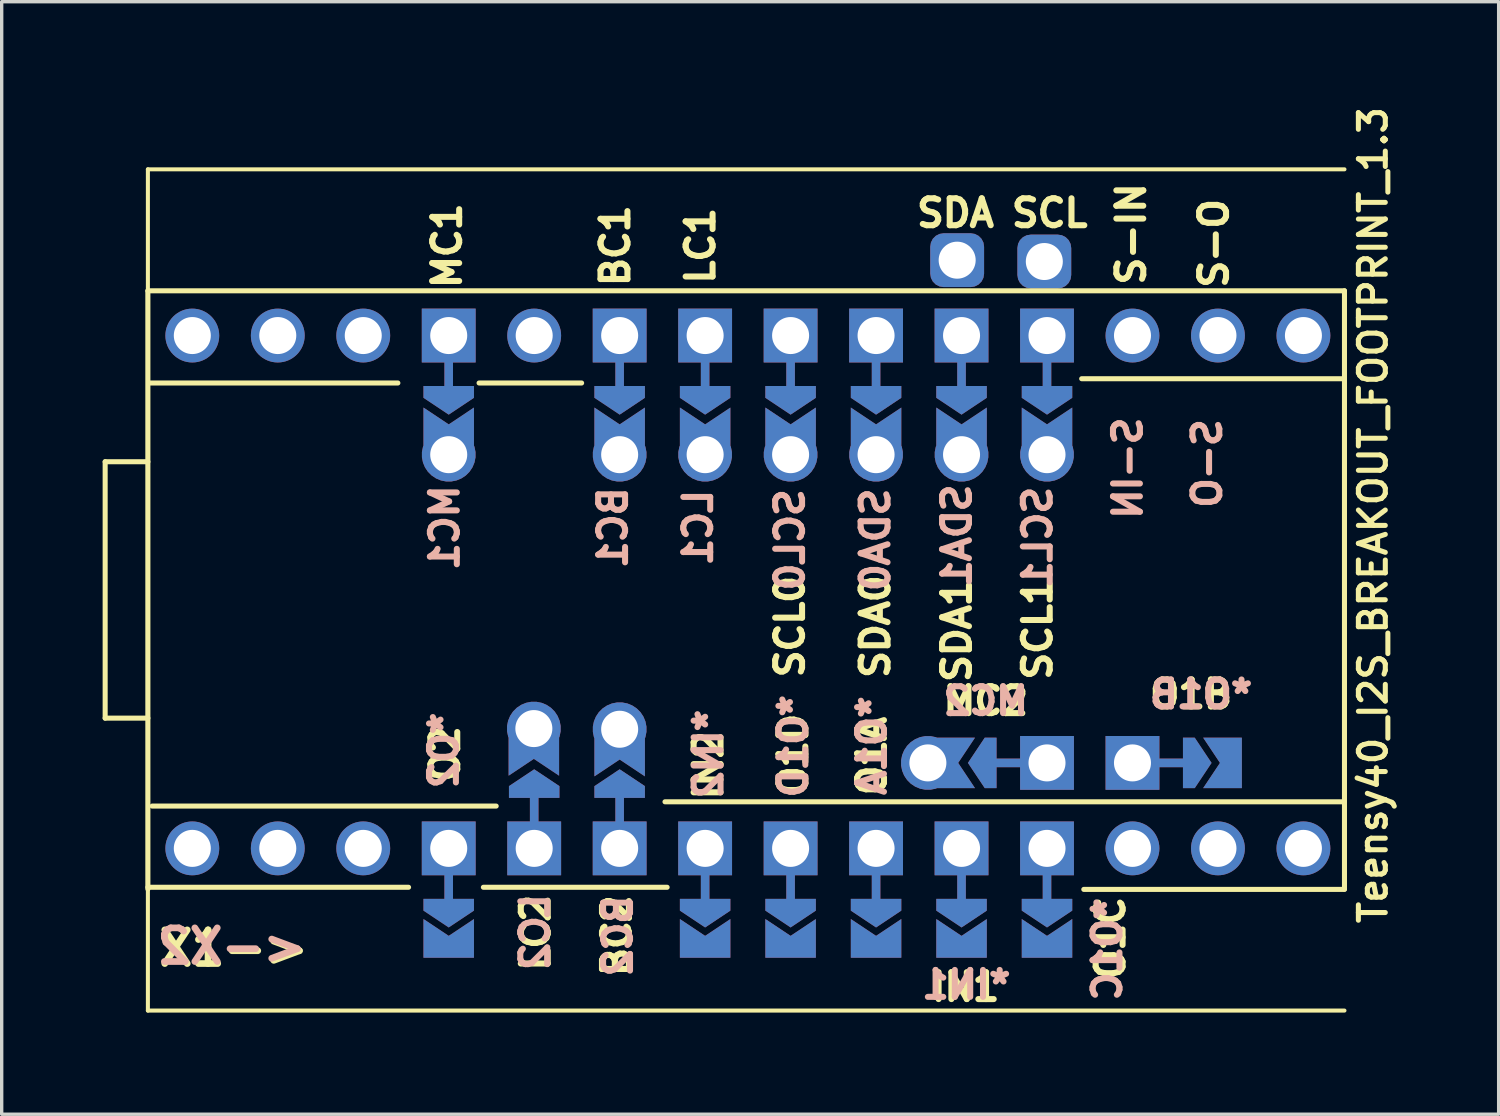
<source format=kicad_pcb>
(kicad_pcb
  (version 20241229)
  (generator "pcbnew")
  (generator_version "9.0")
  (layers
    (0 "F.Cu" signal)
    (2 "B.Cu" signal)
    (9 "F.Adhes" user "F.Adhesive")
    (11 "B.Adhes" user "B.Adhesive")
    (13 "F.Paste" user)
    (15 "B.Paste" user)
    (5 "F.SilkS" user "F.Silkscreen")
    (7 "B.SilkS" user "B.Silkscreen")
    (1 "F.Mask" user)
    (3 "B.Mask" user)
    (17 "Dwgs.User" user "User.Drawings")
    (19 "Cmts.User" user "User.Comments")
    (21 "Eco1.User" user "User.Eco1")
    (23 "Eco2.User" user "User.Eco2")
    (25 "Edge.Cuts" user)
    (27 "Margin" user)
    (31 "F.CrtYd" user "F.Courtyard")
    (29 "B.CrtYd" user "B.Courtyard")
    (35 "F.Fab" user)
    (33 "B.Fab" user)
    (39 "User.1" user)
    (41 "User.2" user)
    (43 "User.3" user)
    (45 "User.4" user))
  (footprint "Teensy40_I2S_BREAKOUT_FOOTPRINT_1.3"
    (layer "F.Cu")
    (at 1.345 1.982)
    (property "Reference" "Teensy40_I2S_BREAKOUT_FOOTPRINT_1.3" (at 36.411 10.277 270) (layer "F.SilkS") (effects (font (size 0.8 0.8) (thickness 0.15))))
    (attr through_hole)
    (fp_poly (pts (xy 8.255 6.54) (xy 9.652 6.604) (xy 9.652 7.62) (xy 8.255 7.556)) (stroke (width 0.1) (type solid)) (fill yes) (layer "F.Mask"))
    (fp_poly (pts (xy 9.629 23.33) (xy 8.232 23.33) (xy 8.232 21.86) (xy 9.629 21.86)) (stroke (width 0.1) (type solid)) (fill yes) (layer "F.Mask"))
    (fp_poly (pts (xy 10.763 17.13) (xy 12.16 17.193) (xy 12.16 18.59) (xy 10.763 18.526)) (stroke (width 0.1) (type solid)) (fill yes) (layer "F.Mask"))
    (fp_poly (pts (xy 13.323 6.506) (xy 14.72 6.57) (xy 14.72 7.967) (xy 13.323 7.904)) (stroke (width 0.1) (type solid)) (fill yes) (layer "F.Mask"))
    (fp_poly (pts (xy 13.323 17.189) (xy 14.72 17.253) (xy 14.72 18.65) (xy 13.323 18.587)) (stroke (width 0.1) (type solid)) (fill yes) (layer "F.Mask"))
    (fp_poly (pts (xy 15.87 6.53) (xy 17.267 6.593) (xy 17.267 7.99) (xy 15.87 7.927)) (stroke (width 0.1) (type solid)) (fill yes) (layer "F.Mask"))
    (fp_poly (pts (xy 17.268 23.35) (xy 15.871 23.35) (xy 15.882 21.76) (xy 17.279 21.76)) (stroke (width 0.1) (type solid)) (fill yes) (layer "F.Mask"))
    (fp_poly (pts (xy 18.403 6.516) (xy 19.8 6.58) (xy 19.8 7.977) (xy 18.403 7.913)) (stroke (width 0.1) (type solid)) (fill yes) (layer "F.Mask"))
    (fp_poly (pts (xy 19.819 23.32) (xy 18.422 23.32) (xy 18.422 21.75) (xy 19.819 21.75)) (stroke (width 0.1) (type solid)) (fill yes) (layer "F.Mask"))
    (fp_poly (pts (xy 20.933 6.506) (xy 22.33 6.57) (xy 22.33 7.967) (xy 20.933 7.904)) (stroke (width 0.1) (type solid)) (fill yes) (layer "F.Mask"))
    (fp_poly (pts (xy 22.338 23.34) (xy 20.942 23.34) (xy 20.962 21.76) (xy 22.358 21.76)) (stroke (width 0.1) (type solid)) (fill yes) (layer "F.Mask"))
    (fp_poly (pts (xy 23.48 6.5) (xy 24.877 6.564) (xy 24.877 7.96) (xy 23.48 7.897)) (stroke (width 0.1) (type solid)) (fill yes) (layer "F.Mask"))
    (fp_poly (pts (xy 24.869 23.37) (xy 23.471 23.37) (xy 23.491 21.73) (xy 24.889 21.73)) (stroke (width 0.1) (type solid)) (fill yes) (layer "F.Mask"))
    (fp_poly (pts (xy 25.2 16.95) (xy 25.137 18.347) (xy 23.739 18.347) (xy 23.803 16.95)) (stroke (width 0.1) (type solid)) (fill yes) (layer "F.Mask"))
    (fp_poly (pts (xy 26.02 6.5) (xy 27.417 6.564) (xy 27.417 7.96) (xy 26.02 7.897)) (stroke (width 0.1) (type solid)) (fill yes) (layer "F.Mask"))
    (fp_poly (pts (xy 27.396 23.332) (xy 25.999 23.332) (xy 25.999 21.76) (xy 27.396 21.76)) (stroke (width 0.1) (type solid)) (fill yes) (layer "F.Mask"))
    (fp_poly (pts (xy 32.31 16.963) (xy 32.247 18.36) (xy 30.85 18.36) (xy 30.913 16.963)) (stroke (width 0.1) (type solid)) (fill yes) (layer "F.Mask"))
    (fp_poly (pts (xy 8.319 6.54) (xy 9.652 6.54) (xy 9.652 7.62) (xy 8.255 7.556)) (stroke (width 0.1) (type solid)) (fill yes) (layer "B.Mask"))
    (fp_poly (pts (xy 9.629 23.32) (xy 8.232 23.32) (xy 8.222 21.74) (xy 9.618 21.74)) (stroke (width 0.1) (type solid)) (fill yes) (layer "B.Mask"))
    (fp_poly (pts (xy 10.803 17.14) (xy 12.2 17.203) (xy 12.2 18.6) (xy 10.803 18.537)) (stroke (width 0.1) (type solid)) (fill yes) (layer "B.Mask"))
    (fp_poly (pts (xy 13.32 6.49) (xy 14.717 6.553) (xy 14.717 7.95) (xy 13.32 7.887)) (stroke (width 0.1) (type solid)) (fill yes) (layer "B.Mask"))
    (fp_poly (pts (xy 13.333 17.14) (xy 14.73 17.203) (xy 14.73 18.6) (xy 13.333 18.537)) (stroke (width 0.1) (type solid)) (fill yes) (layer "B.Mask"))
    (fp_poly (pts (xy 15.87 6.49) (xy 17.267 6.553) (xy 17.267 7.95) (xy 15.87 7.887)) (stroke (width 0.1) (type solid)) (fill yes) (layer "B.Mask"))
    (fp_poly (pts (xy 17.259 23.37) (xy 15.861 23.37) (xy 15.871 21.75) (xy 17.268 21.75)) (stroke (width 0.1) (type solid)) (fill yes) (layer "B.Mask"))
    (fp_poly (pts (xy 18.403 6.476) (xy 19.8 6.54) (xy 19.8 7.937) (xy 18.403 7.873)) (stroke (width 0.1) (type solid)) (fill yes) (layer "B.Mask"))
    (fp_poly (pts (xy 19.799 23.33) (xy 18.401 23.33) (xy 18.381 21.73) (xy 19.779 21.73)) (stroke (width 0.1) (type solid)) (fill yes) (layer "B.Mask"))
    (fp_poly (pts (xy 20.953 6.506) (xy 22.35 6.57) (xy 22.35 7.967) (xy 20.953 7.904)) (stroke (width 0.1) (type solid)) (fill yes) (layer "B.Mask"))
    (fp_poly (pts (xy 22.338 23.34) (xy 20.942 23.34) (xy 20.962 21.74) (xy 22.358 21.74)) (stroke (width 0.1) (type solid)) (fill yes) (layer "B.Mask"))
    (fp_poly (pts (xy 23.49 6.48) (xy 24.887 6.543) (xy 24.887 7.941) (xy 23.49 7.877)) (stroke (width 0.1) (type solid)) (fill yes) (layer "B.Mask"))
    (fp_poly (pts (xy 24.869 23.35) (xy 23.471 23.35) (xy 23.491 21.73) (xy 24.889 21.73)) (stroke (width 0.1) (type solid)) (fill yes) (layer "B.Mask"))
    (fp_poly (pts (xy 25.14 16.95) (xy 25.076 18.347) (xy 23.68 18.347) (xy 23.743 16.95)) (stroke (width 0.1) (type solid)) (fill yes) (layer "B.Mask"))
    (fp_poly (pts (xy 26.01 6.5) (xy 27.407 6.564) (xy 27.407 7.96) (xy 26.01 7.897)) (stroke (width 0.1) (type solid)) (fill yes) (layer "B.Mask"))
    (fp_poly (pts (xy 27.419 23.32) (xy 26.021 23.32) (xy 26.021 21.74) (xy 27.419 21.74)) (stroke (width 0.1) (type solid)) (fill yes) (layer "B.Mask"))
    (fp_poly (pts (xy 32.367 16.94) (xy 32.303 18.337) (xy 30.907 18.337) (xy 30.97 16.94)) (stroke (width 0.1) (type solid)) (fill yes) (layer "B.Mask"))
    (fp_line (start -1.27 8.69) (end 0 8.69) (stroke (width 0.15) (type solid)) (layer "F.SilkS"))
    (fp_line (start -1.27 16.31) (end -1.27 8.69) (stroke (width 0.15) (type solid)) (layer "F.SilkS"))
    (fp_line (start 0 0) (end 0 25) (stroke (width 0.12) (type solid)) (layer "F.SilkS"))
    (fp_line (start 0 0) (end 35.56 0) (stroke (width 0.12) (type solid)) (layer "F.SilkS"))
    (fp_line (start 0 3.61) (end 0 21.39) (stroke (width 0.15) (type solid)) (layer "F.SilkS"))
    (fp_line (start 0 16.31) (end -1.27 16.31) (stroke (width 0.15) (type solid)) (layer "F.SilkS"))
    (fp_line (start 0 21.336) (end 7.747 21.336) (stroke (width 0.15) (type solid)) (layer "F.SilkS"))
    (fp_line (start 0 25) (end 35.56 25) (stroke (width 0.12) (type solid)) (layer "F.SilkS"))
    (fp_line (start 0.064 6.35) (end 7.429 6.35) (stroke (width 0.15) (type solid)) (layer "F.SilkS"))
    (fp_line (start 0.127 18.923) (end 10.351 18.923) (stroke (width 0.15) (type solid)) (layer "F.SilkS"))
    (fp_line (start 9.842 6.35) (end 12.89 6.35) (stroke (width 0.15) (type solid)) (layer "F.SilkS"))
    (fp_line (start 9.97 21.336) (end 15.431 21.336) (stroke (width 0.15) (type solid)) (layer "F.SilkS"))
    (fp_line (start 15.367 18.796) (end 35.56 18.796) (stroke (width 0.15) (type solid)) (layer "F.SilkS"))
    (fp_line (start 27.75 6.223) (end 35.56 6.223) (stroke (width 0.15) (type solid)) (layer "F.SilkS"))
    (fp_line (start 27.813 21.399) (end 35.56 21.399) (stroke (width 0.15) (type solid)) (layer "F.SilkS"))
    (fp_line (start 35.56 3.61) (end 0 3.61) (stroke (width 0.15) (type solid)) (layer "F.SilkS"))
    (fp_line (start 35.56 21.39) (end 35.56 3.61) (stroke (width 0.15) (type solid)) (layer "F.SilkS"))
    (fp_text user "O2" (at 8.833 17.37 90) (layer "F.SilkS") (effects (font (size 0.8 0.8) (thickness 0.18))))
    (fp_text user "BC1" (at 13.89 2.27 90) (layer "F.SilkS") (effects (font (size 0.8 0.8) (thickness 0.18))))
    (fp_text user "LC2" (at 11.521 22.687 90) (layer "F.SilkS") (effects (font (size 0.8 0.8) (thickness 0.18))))
    (fp_text user "S-O" (at 31.68 2.2 90) (layer "F.SilkS") (effects (font (size 0.8 0.8) (thickness 0.18))))
    (fp_text user "SCL0" (at 19.08 13.59 90) (layer "F.SilkS") (effects (font (size 0.8 0.8) (thickness 0.18))))
    (fp_text user "IN2" (at 16.657 17.714 90) (layer "F.SilkS") (effects (font (size 0.8 0.8) (thickness 0.18))))
    (fp_text user "SCL" (at 26.8 1.3 0) (layer "F.SilkS") (effects (font (size 0.8 0.8) (thickness 0.18))))
    (fp_text user "IN1" (at 24.298 24.298 180) (layer "F.SilkS") (effects (font (size 0.8 0.8) (thickness 0.18))))
    (fp_text user "SDA1" (at 24.04 13.71 90) (layer "F.SilkS") (effects (font (size 0.8 0.8) (thickness 0.18))))
    (fp_text user "O1D" (at 19.177 17.399 90) (layer "F.SilkS") (effects (font (size 0.8 0.8) (thickness 0.18))))
    (fp_text user "MC2" (at 24.9 15.8 0) (layer "F.SilkS") (effects (font (size 0.8 0.8) (thickness 0.18))))
    (fp_text user "BC2" (at 13.934 22.774 90) (layer "F.SilkS") (effects (font (size 0.8 0.8) (thickness 0.18))))
    (fp_text user "SDA" (at 24 1.3 0) (layer "F.SilkS") (effects (font (size 0.8 0.8) (thickness 0.18))))
    (fp_text user "LC1" (at 16.42 2.27 90) (layer "F.SilkS") (effects (font (size 0.8 0.8) (thickness 0.18))))
    (fp_text user "O1B" (at 31 15.6 0) (layer "F.SilkS") (effects (font (size 0.8 0.8) (thickness 0.18))))
    (fp_text user "O1A" (at 21.514 17.435 90) (layer "F.SilkS") (effects (font (size 0.8 0.8) (thickness 0.18))))
    (fp_text user "MC1" (at 8.89 2.27 90) (layer "F.SilkS") (effects (font (size 0.8 0.8) (thickness 0.18))))
    (fp_text user "SCL1" (at 26.44 13.66 90) (layer "F.SilkS") (effects (font (size 0.8 0.8) (thickness 0.18))))
    (fp_text user "O1C" (at 28.605 22.84 90) (layer "F.SilkS") (effects (font (size 0.8 0.8) (thickness 0.18))))
    (fp_text user "SDA0" (at 21.62 13.59 90) (layer "F.SilkS") (effects (font (size 0.8 0.8) (thickness 0.18))))
    (fp_text user "S-IN" (at 29.22 1.92 90) (layer "F.SilkS") (effects (font (size 0.8 0.8) (thickness 0.18))))
    (fp_text user "X1->" (at 2.55 23.15 0) (layer "F.SilkS") (effects (font (size 1 1) (thickness 0.2))))
    (fp_text user "BC1" (at 13.82 10.65 90) (layer "B.SilkS") (effects (font (size 0.8 0.8) (thickness 0.18)) (justify mirror)))
    (fp_text user "*O2" (at 8.793 17.268 90) (layer "B.SilkS") (effects (font (size 0.8 0.8) (thickness 0.18)) (justify mirror)))
    (fp_text user "LC2" (at 11.506 22.667 90) (layer "B.SilkS") (effects (font (size 0.8 0.8) (thickness 0.18)) (justify mirror)))
    (fp_text user "MC2" (at 24.9 15.8 0) (unlocked yes) (layer "B.SilkS") (effects (font (size 0.8 0.8) (thickness 0.18)) (justify mirror)))
    (fp_text user "SDA1" (at 24.04 10.89 90) (layer "B.SilkS") (effects (font (size 0.8 0.8) (thickness 0.18)) (justify mirror)))
    (fp_text user "*O1B" (at 31.3 15.6 0) (unlocked yes) (layer "B.SilkS") (effects (font (size 0.8 0.8) (thickness 0.18)) (justify mirror)))
    (fp_text user "*O1C" (at 28.512 23.177 90) (layer "B.SilkS") (effects (font (size 0.8 0.8) (thickness 0.18)) (justify mirror)))
    (fp_text user "BC2" (at 13.967 22.784 90) (layer "B.SilkS") (effects (font (size 0.8 0.8) (thickness 0.18)) (justify mirror)))
    (fp_text user "S-IN" (at 29.12 8.88 90) (layer "B.SilkS") (effects (font (size 0.8 0.8) (thickness 0.18)) (justify mirror)))
    (fp_text user "S-O" (at 31.48 8.74 90) (layer "B.SilkS") (effects (font (size 0.8 0.8) (thickness 0.18)) (justify mirror)))
    (fp_text user "<-X2" (at 2.49 23.09 0) (layer "B.SilkS") (effects (font (size 1 1) (thickness 0.2)) (justify mirror)))
    (fp_text user "SCL0" (at 19.08 11.01 90) (layer "B.SilkS") (effects (font (size 0.8 0.8) (thickness 0.18)) (justify mirror)))
    (fp_text user "SDA0" (at 21.62 11.01 90) (layer "B.SilkS") (effects (font (size 0.8 0.8) (thickness 0.18)) (justify mirror)))
    (fp_text user "*IN1" (at 24.323 24.232 0) (unlocked yes) (layer "B.SilkS") (effects (font (size 0.8 0.8) (thickness 0.18)) (justify mirror)))
    (fp_text user "LC1" (at 16.35 10.65 90) (layer "B.SilkS") (effects (font (size 0.8 0.8) (thickness 0.18)) (justify mirror)))
    (fp_text user "*O1A" (at 21.514 17.125 90) (layer "B.SilkS") (effects (font (size 0.8 0.8) (thickness 0.18)) (justify mirror)))
    (fp_text user "MC1" (at 8.82 10.65 90) (layer "B.SilkS") (effects (font (size 0.8 0.8) (thickness 0.18)) (justify mirror)))
    (fp_text user "*O1D" (at 19.177 17.145 90) (layer "B.SilkS") (effects (font (size 0.8 0.8) (thickness 0.18)) (justify mirror)))
    (fp_text user "*IN2" (at 16.657 17.374 90) (unlocked yes) (layer "B.SilkS") (effects (font (size 0.8 0.8) (thickness 0.18)) (justify mirror)))
    (fp_text user "SCL1" (at 26.44 10.94 90) (layer "B.SilkS") (effects (font (size 0.8 0.8) (thickness 0.18)) (justify mirror)))
    (pad "1" thru_hole circle (at 1.32 20.18) (size 1.6 1.6) (drill 1.1) (layers "*.Cu" "*.Mask"))
    (pad "2" thru_hole circle (at 3.86 20.18) (size 1.6 1.6) (drill 1.1) (layers "*.Cu" "*.Mask"))
    (pad "3" thru_hole circle (at 6.4 20.18 90) (size 1.6 1.6) (drill 1.1) (layers "*.Cu" "*.Mask"))
    (pad "4" thru_hole custom (at 8.94 20.18 90) (size 1.6 1.6) (drill 1.1) (layers "*.Cu" "*.Mask") (options (anchor rect)) (primitives (gr_poly (pts (xy -1.85 -0.75) (xy -1.5 -0.75) (xy -1.5 0.75) (xy -1.85 0.75) (xy -2.35 0)) (width 0) (fill yes)) (gr_line (start 0 0) (end -2 0) (width 0.254))))
    (pad "5" thru_hole custom (at 11.48 20.18 270) (size 1.6 1.6) (drill 1.1) (layers "*.Cu" "*.Mask") (options (anchor rect)) (primitives (gr_poly (pts (xy -1.85 -0.75) (xy -1.5 -0.75) (xy -1.5 0.75) (xy -1.85 0.75) (xy -2.35 0)) (width 0) (fill yes)) (gr_line (start 0 0) (end -2 0) (width 0.254))))
    (pad "6" thru_hole custom (at 14.02 20.18 270) (size 1.6 1.6) (drill 1.1) (layers "*.Cu" "*.Mask") (options (anchor rect)) (primitives (gr_poly (pts (xy -1.85 -0.75) (xy -1.5 -0.75) (xy -1.5 0.75) (xy -1.85 0.75) (xy -2.35 0)) (width 0) (fill yes)) (gr_line (start 0 0) (end -2 0) (width 0.254))))
    (pad "7" thru_hole custom (at 16.56 20.18 90) (size 1.6 1.6) (drill 1.1) (layers "*.Cu" "*.Mask") (options (anchor rect)) (primitives (gr_poly (pts (xy -1.85 -0.75) (xy -1.5 -0.75) (xy -1.5 0.75) (xy -1.85 0.75) (xy -2.35 0)) (width 0) (fill yes)) (gr_line (start 0 0) (end -2 0) (width 0.254))))
    (pad "8" thru_hole custom (at 19.1 20.18 90) (size 1.6 1.6) (drill 1.1) (layers "*.Cu" "*.Mask") (options (anchor rect)) (primitives (gr_poly (pts (xy -1.85 -0.75) (xy -1.5 -0.75) (xy -1.5 0.75) (xy -1.85 0.75) (xy -2.35 0)) (width 0) (fill yes)) (gr_line (start 0 0) (end -2 0) (width 0.254))))
    (pad "9" thru_hole custom (at 21.64 20.18 90) (size 1.6 1.6) (drill 1.1) (layers "*.Cu" "*.Mask") (options (anchor rect)) (primitives (gr_poly (pts (xy -1.85 -0.75) (xy -1.5 -0.75) (xy -1.5 0.75) (xy -1.85 0.75) (xy -2.35 0)) (width 0) (fill yes)) (gr_line (start 0 0) (end -2 0) (width 0.254))))
    (pad "10" thru_hole custom (at 24.18 20.18 90) (size 1.6 1.6) (drill 1.1) (layers "*.Cu" "*.Mask") (options (anchor rect)) (primitives (gr_poly (pts (xy -1.85 -0.75) (xy -1.5 -0.75) (xy -1.5 0.75) (xy -1.85 0.75) (xy -2.35 0)) (width 0) (fill yes)) (gr_line (start 0 0) (end -2 0) (width 0.254))))
    (pad "11" thru_hole custom (at 26.72 20.18 90) (size 1.6 1.6) (drill 1.1) (layers "*.Cu" "*.Mask") (options (anchor rect)) (primitives (gr_poly (pts (xy -1.85 -0.75) (xy -1.5 -0.75) (xy -1.5 0.75) (xy -1.85 0.75) (xy -2.35 0)) (width 0) (fill yes)) (gr_line (start 0 0) (end -2 0) (width 0.254))))
    (pad "12" thru_hole circle (at 29.26 20.18) (size 1.6 1.6) (drill 1.1) (layers "*.Cu" "*.Mask"))
    (pad "13" thru_hole circle (at 31.8 20.18) (size 1.6 1.6) (drill 1.1) (layers "*.Cu" "*.Mask"))
    (pad "14" thru_hole circle (at 34.34 20.18) (size 1.6 1.6) (drill 1.1) (layers "*.Cu" "*.Mask"))
    (pad "20" thru_hole circle (at 34.34 4.94) (size 1.6 1.6) (drill 1.1) (layers "*.Cu" "*.Mask"))
    (pad "21" thru_hole circle (at 31.8 4.94) (size 1.6 1.6) (drill 1.1) (layers "*.Cu" "*.Mask"))
    (pad "22" thru_hole circle (at 29.26 4.94) (size 1.6 1.6) (drill 1.1) (layers "*.Cu" "*.Mask"))
    (pad "23" thru_hole custom (at 26.72 4.94 90) (size 1.6 1.6) (drill 1.1) (layers "*.Cu" "*.Mask") (options (anchor rect)) (primitives (gr_poly (pts (xy -1.85 -0.75) (xy -1.5 -0.75) (xy -1.5 0.75) (xy -1.85 0.75) (xy -2.35 0)) (width 0) (fill yes)) (gr_line (start 0 0) (end -2 0) (width 0.254))))
    (pad "24" thru_hole custom (at 24.18 4.94 90) (size 1.6 1.6) (drill 1.1) (layers "*.Cu" "*.Mask") (options (anchor rect)) (primitives (gr_poly (pts (xy -1.85 -0.75) (xy -1.5 -0.75) (xy -1.5 0.75) (xy -1.85 0.75) (xy -2.35 0)) (width 0) (fill yes)) (gr_line (start 0 0) (end -2 0) (width 0.254))))
    (pad "25" thru_hole custom (at 21.64 4.94 90) (size 1.6 1.6) (drill 1.1) (layers "*.Cu" "*.Mask") (options (anchor rect)) (primitives (gr_poly (pts (xy -1.85 -0.75) (xy -1.5 -0.75) (xy -1.5 0.75) (xy -1.85 0.75) (xy -2.35 0)) (width 0) (fill yes)) (gr_line (start 0 0) (end -2 0) (width 0.254))))
    (pad "26" thru_hole custom (at 19.1 4.94 90) (size 1.6 1.6) (drill 1.1) (layers "*.Cu" "*.Mask") (options (anchor rect)) (primitives (gr_poly (pts (xy -1.85 -0.75) (xy -1.5 -0.75) (xy -1.5 0.75) (xy -1.85 0.75) (xy -2.35 0)) (width 0) (fill yes)) (gr_line (start 0 0) (end -2 0) (width 0.254))))
    (pad "27" thru_hole custom (at 16.56 4.94 90) (size 1.6 1.6) (drill 1.1) (layers "*.Cu" "*.Mask") (options (anchor rect)) (primitives (gr_poly (pts (xy -1.85 -0.75) (xy -1.5 -0.75) (xy -1.5 0.75) (xy -1.85 0.75) (xy -2.35 0)) (width 0) (fill yes)) (gr_line (start 0 0) (end -2 0) (width 0.254))))
    (pad "28" thru_hole custom (at 14.02 4.94 90) (size 1.6 1.6) (drill 1.1) (layers "*.Cu" "*.Mask") (options (anchor rect)) (primitives (gr_poly (pts (xy -1.85 -0.75) (xy -1.5 -0.75) (xy -1.5 0.75) (xy -1.85 0.75) (xy -2.35 0)) (width 0) (fill yes)) (gr_line (start 0 0) (end -2 0) (width 0.254))))
    (pad "29" thru_hole circle (at 11.48 4.94) (size 1.6 1.6) (drill 1.1) (layers "*.Cu" "*.Mask"))
    (pad "30" thru_hole custom (at 8.94 4.94 90) (size 1.6 1.6) (drill 1.1) (layers "*.Cu" "*.Mask") (options (anchor rect)) (primitives (gr_poly (pts (xy -1.85 -0.75) (xy -1.5 -0.75) (xy -1.5 0.75) (xy -1.85 0.75) (xy -2.35 0)) (width 0) (fill yes)) (gr_line (start 0 0) (end -2 0) (width 0.254))))
    (pad "31" thru_hole circle (at 6.4 4.94) (size 1.6 1.6) (drill 1.1) (layers "*.Cu" "*.Mask"))
    (pad "32" thru_hole circle (at 3.86 4.94) (size 1.6 1.6) (drill 1.1) (layers "*.Cu" "*.Mask"))
    (pad "33" thru_hole circle (at 1.32 4.94) (size 1.6 1.6) (drill 1.1) (layers "*.Cu" "*.Mask"))
    (pad "43" thru_hole custom (at 29.26 17.64 180) (size 1.6 1.6) (drill 1.1) (layers "*.Cu" "*.Mask") (options (anchor rect)) (primitives (gr_poly (pts (xy -1.85 -0.75) (xy -1.5 -0.75) (xy -1.5 0.75) (xy -1.85 0.75) (xy -2.35 0)) (width 0) (fill yes)) (gr_line (start 0 0) (end -2 0) (width 0.254))))
    (pad "44" thru_hole custom (at 26.72 17.64) (size 1.6 1.6) (drill 1.1) (layers "*.Cu" "*.Mask") (options (anchor rect)) (primitives (gr_poly (pts (xy -1.85 -0.75) (xy -1.5 -0.75) (xy -1.5 0.75) (xy -1.85 0.75) (xy -2.35 0)) (width 0) (fill yes)) (gr_line (start 0 0) (end -2 0) (width 0.254))))
    (pad "C1" thru_hole custom (at 21.64 8.48 270) (size 1.6 1.6) (drill 1.1) (layers "*.Cu" "*.Mask") (options (anchor circle)) (primitives (gr_poly (pts (xy -1.4 -0.75) (xy 0 -0.75) (xy 0 0.75) (xy -1.4 0.75) (xy -0.9 0)) (width 0) (fill yes))))
    (pad "C1" thru_hole roundrect (at 24.05 2.7) (size 1.6 1.6) (drill 1.1) (layers "*.Cu" "*.Mask") (roundrect_rratio 0.25))
    (pad "C1" thru_hole custom (at 24.18 8.48 270) (size 1.6 1.6) (drill 1.1) (layers "*.Cu" "*.Mask") (options (anchor circle)) (primitives (gr_poly (pts (xy -1.4 -0.75) (xy 0 -0.75) (xy 0 0.75) (xy -1.4 0.75) (xy -0.9 0)) (width 0) (fill yes))))
    (pad "C2" thru_hole custom (at 19.1 8.48 270) (size 1.6 1.6) (drill 1.1) (layers "*.Cu" "*.Mask") (options (anchor circle)) (primitives (gr_poly (pts (xy -1.4 -0.75) (xy 0 -0.75) (xy 0 0.75) (xy -1.4 0.75) (xy -0.9 0)) (width 0) (fill yes))))
    (pad "C2" thru_hole roundrect (at 26.64 2.74) (size 1.6 1.6) (drill 1.1) (layers "*.Cu" "*.Mask") (roundrect_rratio 0.25))
    (pad "C2" thru_hole custom (at 26.72 8.48 270) (size 1.6 1.6) (drill 1.1) (layers "*.Cu" "*.Mask") (options (anchor circle)) (primitives (gr_poly (pts (xy -1.4 -0.75) (xy 0 -0.75) (xy 0 0.75) (xy -1.4 0.75) (xy -0.9 0)) (width 0) (fill yes))))
    (pad "S1" thru_hole custom (at 8.94 8.48 270) (size 1.6 1.6) (drill 1.1) (layers "*.Cu" "*.Mask") (options (anchor circle)) (primitives (gr_poly (pts (xy -1.4 -0.75) (xy 0 -0.75) (xy 0 0.75) (xy -1.4 0.75) (xy -0.9 0)) (width 0) (fill yes))))
    (pad "S1" thru_hole custom (at 23.18 17.64 180) (size 1.6 1.6) (drill 1.1) (layers "*.Cu" "*.Mask") (options (anchor circle)) (primitives (gr_poly (pts (xy -1.4 -0.75) (xy 0 -0.75) (xy 0 0.75) (xy -1.4 0.75) (xy -0.9 0)) (width 0) (fill yes))))
    (pad "S2" thru_hole custom (at 11.47 16.62 90) (size 1.6 1.6) (drill 1.1) (layers "*.Cu" "*.Mask") (options (anchor circle)) (primitives (gr_poly (pts (xy -1.4 -0.75) (xy 0 -0.75) (xy 0 0.75) (xy -1.4 0.75) (xy -0.9 0)) (width 0) (fill yes))))
    (pad "S2" thru_hole custom (at 16.56 8.48 270) (size 1.6 1.6) (drill 1.1) (layers "*.Cu" "*.Mask") (options (anchor circle)) (primitives (gr_poly (pts (xy -1.4 -0.75) (xy 0 -0.75) (xy 0 0.75) (xy -1.4 0.75) (xy -0.9 0)) (width 0) (fill yes))))
    (pad "S3" thru_hole custom (at 14.02 8.48 270) (size 1.6 1.6) (drill 1.1) (layers "*.Cu" "*.Mask") (options (anchor circle)) (primitives (gr_poly (pts (xy -1.4 -0.75) (xy 0 -0.75) (xy 0 0.75) (xy -1.4 0.75) (xy -0.9 0)) (width 0) (fill yes))))
    (pad "S3" thru_hole custom (at 14.02 16.64 90) (size 1.6 1.6) (drill 1.1) (layers "*.Cu" "*.Mask") (options (anchor circle)) (primitives (gr_poly (pts (xy -1.4 -0.75) (xy 0 -0.75) (xy 0 0.75) (xy -1.4 0.75) (xy -0.9 0)) (width 0) (fill yes))))
    (pad "X1" smd custom (at 8.94 23.18 270) (size 0.5 0.5) (layers "F.Cu" "F.Mask") (options (anchor rect)) (primitives (gr_poly (pts (xy -0.9 -0.75) (xy 0.25 -0.75) (xy 0.25 0.75) (xy -0.9 0.75) (xy -0.4 0)) (width 0) (fill yes))))
    (pad "X1" smd custom (at 16.56 23.18 270) (size 0.5 1.5) (layers "F.Cu" "F.Mask") (options (anchor rect)) (primitives (gr_poly (pts (xy -0.9 -0.75) (xy 0.25 -0.75) (xy 0.25 0.75) (xy -0.9 0.75) (xy -0.4 0)) (width 0) (fill yes))))
    (pad "X1" smd custom (at 19.1 23.18 270) (size 0.5 1.5) (layers "F.Cu" "F.Mask") (options (anchor rect)) (primitives (gr_poly (pts (xy -0.9 -0.75) (xy 0.25 -0.75) (xy 0.25 0.75) (xy -0.9 0.75) (xy -0.4 0)) (width 0) (fill yes))))
    (pad "X1" smd custom (at 21.64 23.18 270) (size 0.5 1.5) (layers "F.Cu" "F.Mask") (options (anchor rect)) (primitives (gr_poly (pts (xy -0.9 -0.75) (xy 0.25 -0.75) (xy 0.25 0.75) (xy -0.9 0.75) (xy -0.4 0)) (width 0) (fill yes))))
    (pad "X1" smd custom (at 24.18 23.18 270) (size 0.5 1.5) (layers "F.Cu" "F.Mask") (options (anchor rect)) (primitives (gr_poly (pts (xy -0.9 -0.75) (xy 0.25 -0.75) (xy 0.25 0.75) (xy -0.9 0.75) (xy -0.4 0)) (width 0) (fill yes))))
    (pad "X1" smd custom (at 26.72 23.18 270) (size 0.5 1.5) (layers "F.Cu" "F.Mask") (options (anchor rect)) (primitives (gr_poly (pts (xy -0.9 -0.75) (xy 0.25 -0.75) (xy 0.25 0.75) (xy -0.9 0.75) (xy -0.4 0)) (width 0) (fill yes))))
    (pad "X1" smd custom (at 32.26 17.64) (size 0.5 1.5) (layers "F.Cu" "F.Mask") (options (anchor rect)) (primitives (gr_poly (pts (xy -0.9 -0.75) (xy 0.25 -0.75) (xy 0.25 0.75) (xy -0.9 0.75) (xy -0.4 0)) (width 0) (fill yes))))
    (pad "X2" smd custom (at 8.94 23.18 270) (size 0.5 1.5) (layers "B.Cu" "B.Mask") (options (anchor rect)) (primitives (gr_poly (pts (xy -0.9 -0.75) (xy 0.25 -0.75) (xy 0.25 0.75) (xy -0.9 0.75) (xy -0.4 0)) (width 0) (fill yes))))
    (pad "X2" smd custom (at 16.56 23.18 270) (size 0.5 1.5) (layers "B.Cu" "B.Mask") (options (anchor rect)) (primitives (gr_poly (pts (xy -0.9 -0.75) (xy 0.25 -0.75) (xy 0.25 0.75) (xy -0.9 0.75) (xy -0.4 0)) (width 0) (fill yes))))
    (pad "X2" smd custom (at 19.1 23.18 270) (size 0.5 1.5) (layers "B.Cu" "B.Mask") (options (anchor rect)) (primitives (gr_poly (pts (xy -0.9 -0.75) (xy 0.25 -0.75) (xy 0.25 0.75) (xy -0.9 0.75) (xy -0.4 0)) (width 0) (fill yes))))
    (pad "X2" smd custom (at 21.64 23.18 270) (size 0.5 1.5) (layers "B.Cu" "B.Mask") (options (anchor rect)) (primitives (gr_poly (pts (xy -0.9 -0.75) (xy 0.25 -0.75) (xy 0.25 0.75) (xy -0.9 0.75) (xy -0.4 0)) (width 0) (fill yes))))
    (pad "X2" smd custom (at 24.18 23.18 270) (size 0.5 1.5) (layers "B.Cu" "B.Mask") (options (anchor rect)) (primitives (gr_poly (pts (xy -0.9 -0.75) (xy 0.25 -0.75) (xy 0.25 0.75) (xy -0.9 0.75) (xy -0.4 0)) (width 0) (fill yes))))
    (pad "X2" smd custom (at 26.72 23.18 270) (size 0.5 1.5) (layers "B.Cu" "B.Mask") (options (anchor rect)) (primitives (gr_poly (pts (xy -0.9 -0.75) (xy 0.25 -0.75) (xy 0.25 0.75) (xy -0.9 0.75) (xy -0.4 0)) (width 0) (fill yes))))
    (pad "X2" smd custom (at 32.26 17.64) (size 0.5 1.5) (layers "B.Cu" "B.Mask") (options (anchor rect)) (primitives (gr_poly (pts (xy -0.9 -0.75) (xy 0.25 -0.75) (xy 0.25 0.75) (xy -0.9 0.75) (xy -0.4 0)) (width 0) (fill yes)))))
  (gr_rect
    (start -3 -3)
    (end 41.487 30.063)
    (stroke (width 0.1) (type default))
    (fill no)
    (layer "Edge.Cuts")))
</source>
